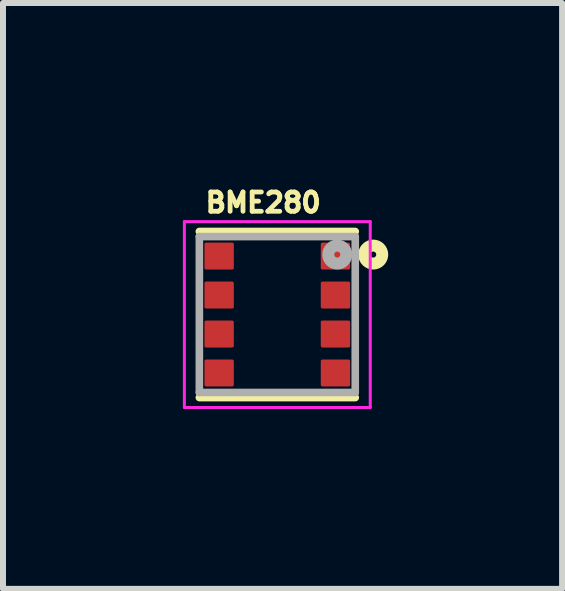
<source format=kicad_pcb>
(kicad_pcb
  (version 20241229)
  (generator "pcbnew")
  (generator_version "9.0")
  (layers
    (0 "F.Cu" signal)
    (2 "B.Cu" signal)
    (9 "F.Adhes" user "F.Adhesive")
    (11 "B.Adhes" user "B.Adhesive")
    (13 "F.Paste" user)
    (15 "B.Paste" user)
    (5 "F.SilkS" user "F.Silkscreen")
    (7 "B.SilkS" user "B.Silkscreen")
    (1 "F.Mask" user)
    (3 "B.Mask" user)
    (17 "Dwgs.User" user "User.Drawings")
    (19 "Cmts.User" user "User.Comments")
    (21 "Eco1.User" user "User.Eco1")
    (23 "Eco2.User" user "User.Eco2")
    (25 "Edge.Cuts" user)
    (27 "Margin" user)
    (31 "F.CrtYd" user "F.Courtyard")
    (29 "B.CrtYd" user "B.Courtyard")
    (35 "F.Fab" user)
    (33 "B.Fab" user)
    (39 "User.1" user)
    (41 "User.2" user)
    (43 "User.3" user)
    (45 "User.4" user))
  (footprint "BME280"
    (layer "F.Cu")
    (at 1.575 2.196)
    (property "Reference" "BME280" (at -0.235 -1.867 0) (layer "F.SilkS") (effects (font (size 0.322 0.322) (thickness 0.08))))
    (attr smd)
    (fp_line (start -1.3 -1.385) (end 1.3 -1.385) (stroke (width 0.127) (type solid)) (layer "F.SilkS"))
    (fp_line (start -1.3 1.385) (end 1.3 1.385) (stroke (width 0.127) (type solid)) (layer "F.SilkS"))
    (fp_circle (center 1.6 -1) (end 1.65 -1) (stroke (width 0.2) (type solid)) (fill no) (layer "F.SilkS"))
    (fp_line (start -1.55 -1.55) (end 1.55 -1.55) (stroke (width 0.05) (type solid)) (layer "F.CrtYd"))
    (fp_line (start -1.55 1.55) (end -1.55 -1.55) (stroke (width 0.05) (type solid)) (layer "F.CrtYd"))
    (fp_line (start 1.55 -1.55) (end 1.55 1.55) (stroke (width 0.05) (type solid)) (layer "F.CrtYd"))
    (fp_line (start 1.55 1.55) (end -1.55 1.55) (stroke (width 0.05) (type solid)) (layer "F.CrtYd"))
    (fp_line (start -1.3 -1.3) (end -1.3 1.3) (stroke (width 0.127) (type solid)) (layer "F.Fab"))
    (fp_line (start -1.3 1.3) (end 1.3 1.3) (stroke (width 0.127) (type solid)) (layer "F.Fab"))
    (fp_line (start 1.3 -1.3) (end -1.3 -1.3) (stroke (width 0.127) (type solid)) (layer "F.Fab"))
    (fp_line (start 1.3 1.3) (end 1.3 -1.3) (stroke (width 0.127) (type solid)) (layer "F.Fab"))
    (fp_circle (center 1 -1) (end 1.05 -1) (stroke (width 0.2) (type solid)) (fill no) (layer "F.Fab"))
    (pad "1" smd roundrect (at 0.97 -0.975) (size 0.49 0.45) (layers "F.Cu" "F.Mask" "F.Paste") (roundrect_rratio 0.06))
    (pad "2" smd roundrect (at 0.97 -0.325) (size 0.49 0.45) (layers "F.Cu" "F.Mask" "F.Paste") (roundrect_rratio 0.06))
    (pad "3" smd roundrect (at 0.97 0.325) (size 0.49 0.45) (layers "F.Cu" "F.Mask" "F.Paste") (roundrect_rratio 0.06))
    (pad "4" smd roundrect (at 0.97 0.975) (size 0.49 0.45) (layers "F.Cu" "F.Mask" "F.Paste") (roundrect_rratio 0.06))
    (pad "5" smd roundrect (at -0.97 0.975) (size 0.49 0.45) (layers "F.Cu" "F.Mask" "F.Paste") (roundrect_rratio 0.06))
    (pad "6" smd roundrect (at -0.97 0.325) (size 0.49 0.45) (layers "F.Cu" "F.Mask" "F.Paste") (roundrect_rratio 0.06))
    (pad "7" smd roundrect (at -0.97 -0.325) (size 0.49 0.45) (layers "F.Cu" "F.Mask" "F.Paste") (roundrect_rratio 0.06))
    (pad "8" smd roundrect (at -0.97 -0.975) (size 0.49 0.45) (layers "F.Cu" "F.Mask" "F.Paste") (roundrect_rratio 0.06)))
  (gr_rect
    (start -3 -3)
    (end 6.325 6.771)
    (stroke (width 0.1) (type default))
    (fill no)
    (layer "Edge.Cuts")))
</source>
